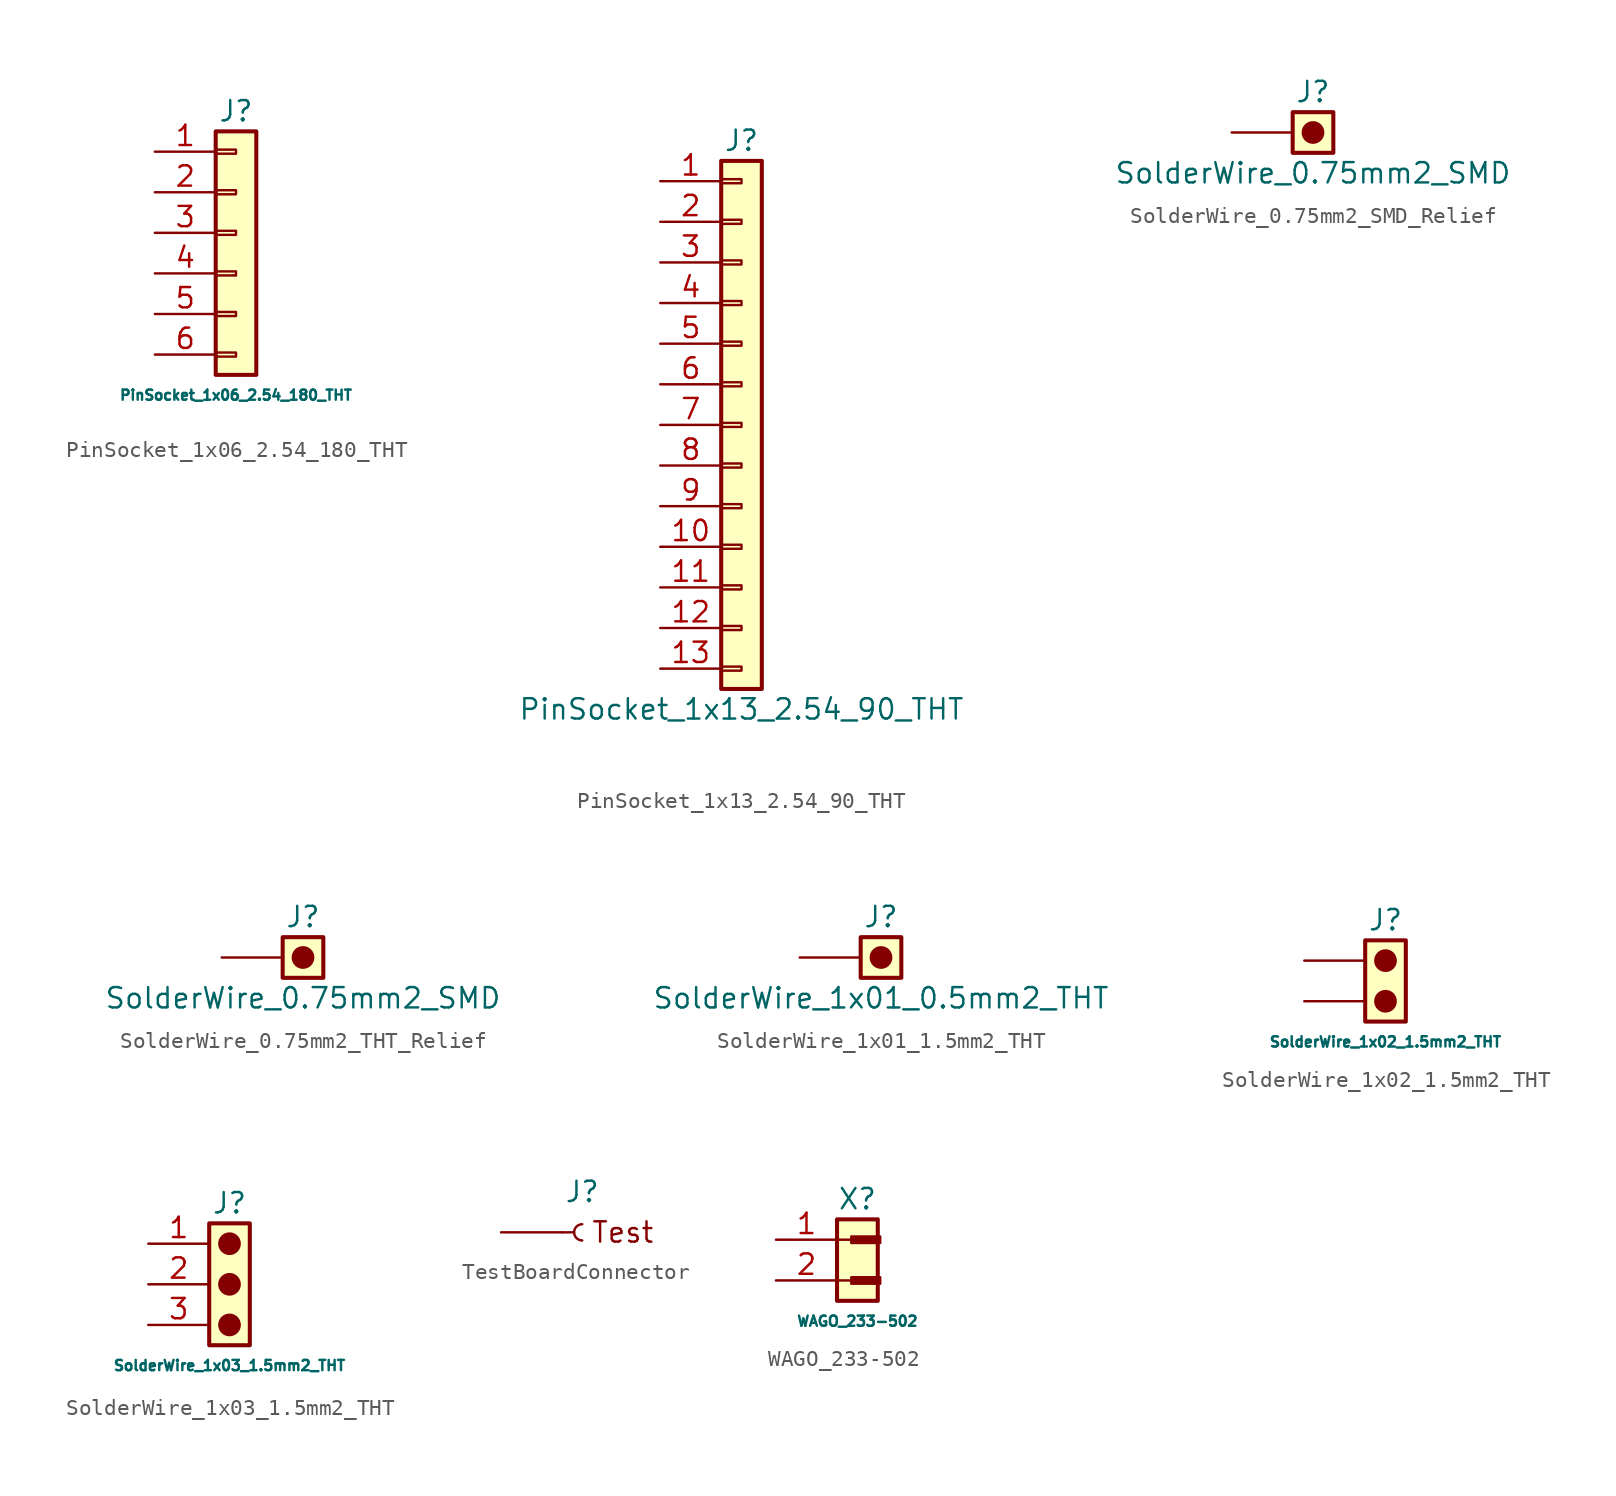
<source format=kicad_sym>
(kicad_symbol_lib
  (version 20220914)
  (generator kicad_symbol_editor)
  (symbol "PinSocket_1x06_2.54_180_THT"
    (pin_names
      (offset 1.016) hide)
    (property "Reference" "J"
      (at 0 7.62 0)
      (effects (font (size 1.27 1.27))))
    (property "Value" "PinSocket_1x06_2.54_180_THT"
      (at 0 -10.16 0)
      (effects (font (size 0.635 0.635))))
    (symbol "PinSocket_1x06_2.54_180_THT_1_1"
      (rectangle (start -1.27 -7.493) (end 0 -7.747) (stroke (width 0.152) (type default)) (fill (type none)))
      (rectangle (start -1.27 -4.953) (end 0 -5.207) (stroke (width 0.152) (type default)) (fill (type none)))
      (rectangle (start -1.27 -2.413) (end 0 -2.667) (stroke (width 0.152) (type default)) (fill (type none)))
      (rectangle (start -1.27 0.127) (end 0 -0.127) (stroke (width 0.152) (type default)) (fill (type none)))
      (rectangle (start -1.27 2.667) (end 0 2.413) (stroke (width 0.152) (type default)) (fill (type none)))
      (rectangle (start -1.27 5.207) (end 0 4.953) (stroke (width 0.152) (type default)) (fill (type none)))
      (rectangle (start -1.27 6.35) (end 1.27 -8.89) (stroke (width 0.254) (type default)) (fill (type background)))
      (pin passive line (at -5.08 5.08 0) (length 3.81) (name "Pin_1" (effects (font (size 1.27 1.27)))) (number "1" (effects (font (size 1.27 1.27)))))
      (pin passive line (at -5.08 2.54 0) (length 3.81) (name "Pin_2" (effects (font (size 1.27 1.27)))) (number "2" (effects (font (size 1.27 1.27)))))
      (pin passive line (at -5.08 0 0) (length 3.81) (name "Pin_3" (effects (font (size 1.27 1.27)))) (number "3" (effects (font (size 1.27 1.27)))))
      (pin passive line (at -5.08 -2.54 0) (length 3.81) (name "Pin_4" (effects (font (size 1.27 1.27)))) (number "4" (effects (font (size 1.27 1.27)))))
      (pin passive line (at -5.08 -5.08 0) (length 3.81) (name "Pin_5" (effects (font (size 1.27 1.27)))) (number "5" (effects (font (size 1.27 1.27)))))
      (pin passive line (at -5.08 -7.62 0) (length 3.81) (name "Pin_6" (effects (font (size 1.27 1.27)))) (number "6" (effects (font (size 1.27 1.27)))))))
  (symbol "PinSocket_1x13_2.54_90_THT"
    (pin_names
      (offset 1.016) hide)
    (property "Reference" "J"
      (at 0 17.78 0)
      (effects (font (size 1.27 1.27))))
    (property "Value" "PinSocket_1x13_2.54_90_THT"
      (at 0 -17.78 0)
      (effects (font (size 1.27 1.27))))
    (symbol "PinSocket_1x13_2.54_90_THT_1_1"
      (rectangle (start -1.27 -15.113) (end 0 -15.367) (stroke (width 0.152) (type default)) (fill (type none)))
      (rectangle (start -1.27 -12.573) (end 0 -12.827) (stroke (width 0.152) (type default)) (fill (type none)))
      (rectangle (start -1.27 -10.033) (end 0 -10.287) (stroke (width 0.152) (type default)) (fill (type none)))
      (rectangle (start -1.27 -7.493) (end 0 -7.747) (stroke (width 0.152) (type default)) (fill (type none)))
      (rectangle (start -1.27 -4.953) (end 0 -5.207) (stroke (width 0.152) (type default)) (fill (type none)))
      (rectangle (start -1.27 -2.413) (end 0 -2.667) (stroke (width 0.152) (type default)) (fill (type none)))
      (rectangle (start -1.27 0.127) (end 0 -0.127) (stroke (width 0.152) (type default)) (fill (type none)))
      (rectangle (start -1.27 2.667) (end 0 2.413) (stroke (width 0.152) (type default)) (fill (type none)))
      (rectangle (start -1.27 5.207) (end 0 4.953) (stroke (width 0.152) (type default)) (fill (type none)))
      (rectangle (start -1.27 7.747) (end 0 7.493) (stroke (width 0.152) (type default)) (fill (type none)))
      (rectangle (start -1.27 10.287) (end 0 10.033) (stroke (width 0.152) (type default)) (fill (type none)))
      (rectangle (start -1.27 12.827) (end 0 12.573) (stroke (width 0.152) (type default)) (fill (type none)))
      (rectangle (start -1.27 15.367) (end 0 15.113) (stroke (width 0.152) (type default)) (fill (type none)))
      (rectangle (start -1.27 16.51) (end 1.27 -16.51) (stroke (width 0.254) (type default)) (fill (type background)))
      (pin passive line (at -5.08 15.24 0) (length 3.81) (name "Pin_1" (effects (font (size 1.27 1.27)))) (number "1" (effects (font (size 1.27 1.27)))))
      (pin passive line (at -5.08 -7.62 0) (length 3.81) (name "Pin_10" (effects (font (size 1.27 1.27)))) (number "10" (effects (font (size 1.27 1.27)))))
      (pin passive line (at -5.08 -10.16 0) (length 3.81) (name "Pin_11" (effects (font (size 1.27 1.27)))) (number "11" (effects (font (size 1.27 1.27)))))
      (pin passive line (at -5.08 -12.7 0) (length 3.81) (name "Pin_12" (effects (font (size 1.27 1.27)))) (number "12" (effects (font (size 1.27 1.27)))))
      (pin passive line (at -5.08 -15.24 0) (length 3.81) (name "Pin_13" (effects (font (size 1.27 1.27)))) (number "13" (effects (font (size 1.27 1.27)))))
      (pin passive line (at -5.08 12.7 0) (length 3.81) (name "Pin_2" (effects (font (size 1.27 1.27)))) (number "2" (effects (font (size 1.27 1.27)))))
      (pin passive line (at -5.08 10.16 0) (length 3.81) (name "Pin_3" (effects (font (size 1.27 1.27)))) (number "3" (effects (font (size 1.27 1.27)))))
      (pin passive line (at -5.08 7.62 0) (length 3.81) (name "Pin_4" (effects (font (size 1.27 1.27)))) (number "4" (effects (font (size 1.27 1.27)))))
      (pin passive line (at -5.08 5.08 0) (length 3.81) (name "Pin_5" (effects (font (size 1.27 1.27)))) (number "5" (effects (font (size 1.27 1.27)))))
      (pin passive line (at -5.08 2.54 0) (length 3.81) (name "Pin_6" (effects (font (size 1.27 1.27)))) (number "6" (effects (font (size 1.27 1.27)))))
      (pin passive line (at -5.08 0 0) (length 3.81) (name "Pin_7" (effects (font (size 1.27 1.27)))) (number "7" (effects (font (size 1.27 1.27)))))
      (pin passive line (at -5.08 -2.54 0) (length 3.81) (name "Pin_8" (effects (font (size 1.27 1.27)))) (number "8" (effects (font (size 1.27 1.27)))))
      (pin passive line (at -5.08 -5.08 0) (length 3.81) (name "Pin_9" (effects (font (size 1.27 1.27)))) (number "9" (effects (font (size 1.27 1.27)))))))
  (symbol "SolderWire_0.75mm2_SMD_Relief"
    (pin_numbers hide)
    (pin_names
      (offset 1.016) hide)
    (property "Reference" "J"
      (at 0 2.54 0)
      (effects (font (size 1.27 1.27))))
    (property "Value" "SolderWire_0.75mm2_SMD"
      (at 0 -2.54 0)
      (effects (font (size 1.27 1.27))))
    (symbol "SolderWire_0.75mm2_SMD_Relief_1_1"
      (rectangle (start -1.27 1.27) (end 1.27 -1.27) (stroke (width 0.254) (type default)) (fill (type background)))
      (circle (center 0 0) (radius 0.635) (stroke (width 0) (type default)) (fill (type outline)))
      (pin passive line (at -5.08 0 0) (length 3.81) (name "Pin_1" (effects (font (size 1.27 1.27)))) (number "1" (effects (font (size 1.27 1.27)))))))
  (symbol "SolderWire_0.75mm2_THT_Relief"
    (pin_numbers hide)
    (pin_names
      (offset 1.016) hide)
    (property "Reference" "J"
      (at 0 2.54 0)
      (effects (font (size 1.27 1.27))))
    (property "Value" "SolderWire_0.75mm2_SMD"
      (at 0 -2.54 0)
      (effects (font (size 1.27 1.27))))
    (symbol "SolderWire_0.75mm2_THT_Relief_1_1"
      (rectangle (start -1.27 1.27) (end 1.27 -1.27) (stroke (width 0.254) (type default)) (fill (type background)))
      (circle (center 0 0) (radius 0.635) (stroke (width 0) (type default)) (fill (type outline)))
      (pin passive line (at -5.08 0 0) (length 3.81) (name "Pin_1" (effects (font (size 1.27 1.27)))) (number "1" (effects (font (size 1.27 1.27)))))))
  (symbol "SolderWire_1x01_1.5mm2_THT"
    (pin_numbers hide)
    (pin_names
      (offset 1.016) hide)
    (property "Reference" "J"
      (at 0 2.54 0)
      (effects (font (size 1.27 1.27))))
    (property "Value" "SolderWire_1x01_0.5mm2_THT"
      (at 0 -2.54 0)
      (effects (font (size 1.27 1.27))))
    (symbol "SolderWire_1x01_1.5mm2_THT_1_1"
      (rectangle (start -1.27 1.27) (end 1.27 -1.27) (stroke (width 0.254) (type default)) (fill (type background)))
      (circle (center 0 0) (radius 0.635) (stroke (width 0) (type default)) (fill (type outline)))
      (pin passive line (at -5.08 0 0) (length 3.81) (name "Pin_1" (effects (font (size 1.27 1.27)))) (number "1" (effects (font (size 1.27 1.27)))))))
  (symbol "SolderWire_1x02_1.5mm2_THT"
    (pin_numbers hide)
    (pin_names
      (offset 1.016) hide)
    (property "Reference" "J"
      (at 0 2.54 0)
      (effects (font (size 1.27 1.27))))
    (property "Value" "SolderWire_1x02_1.5mm2_THT"
      (at 0 -5.08 0)
      (effects (font (size 0.645 0.645))))
    (symbol "SolderWire_1x02_1.5mm2_THT_0_1"
      (rectangle (start -1.27 1.27) (end 1.27 -3.81) (stroke (width 0.254) (type default)) (fill (type background))))
    (symbol "SolderWire_1x02_1.5mm2_THT_1_1"
      (circle (center 0 -2.54) (radius 0.635) (stroke (width 0) (type default)) (fill (type outline)))
      (circle (center 0 0) (radius 0.635) (stroke (width 0) (type default)) (fill (type outline)))
      (pin passive line (at -5.08 0 0) (length 3.81) (name "Pin_1" (effects (font (size 1.27 1.27)))) (number "1" (effects (font (size 1.27 1.27)))))
      (pin passive line (at -5.08 -2.54 0) (length 3.81) (name "Pin_2" (effects (font (size 1.27 1.27)))) (number "2" (effects (font (size 1.27 1.27)))))))
  (symbol "SolderWire_1x03_1.5mm2_THT"
    (pin_names
      (offset 1.016) hide)
    (property "Reference" "J"
      (at 0 2.54 0)
      (effects (font (size 1.27 1.27))))
    (property "Value" "SolderWire_1x03_1.5mm2_THT"
      (at 0 -7.62 0)
      (effects (font (size 0.645 0.645))))
    (symbol "SolderWire_1x03_1.5mm2_THT_0_1"
      (rectangle (start -1.27 1.27) (end 1.27 -6.35) (stroke (width 0.254) (type default)) (fill (type background))))
    (symbol "SolderWire_1x03_1.5mm2_THT_1_1"
      (circle (center 0 -5.08) (radius 0.635) (stroke (width 0) (type default)) (fill (type outline)))
      (circle (center 0 -2.54) (radius 0.635) (stroke (width 0) (type default)) (fill (type outline)))
      (circle (center 0 0) (radius 0.635) (stroke (width 0) (type default)) (fill (type outline)))
      (pin passive line (at -5.08 0 0) (length 3.81) (name "Pin_1" (effects (font (size 1.27 1.27)))) (number "1" (effects (font (size 1.27 1.27)))))
      (pin passive line (at -5.08 -2.54 0) (length 3.81) (name "Pin_2" (effects (font (size 1.27 1.27)))) (number "2" (effects (font (size 1.27 1.27)))))
      (pin passive line (at -5.08 -5.08 0) (length 3.81) (name "Pin_3" (effects (font (size 1.27 1.27)))) (number "3" (effects (font (size 1.27 1.27)))))))
  (symbol "TestBoardConnector"
    (pin_numbers hide)
    (pin_names
      (offset 1.016) hide)
    (property "Reference" "J"
      (at 0 2.54 0)
      (effects (font (size 1.27 1.27))))
    (symbol "TestBoardConnector_1_1"
      (polyline (pts (xy -1.27 0) (xy -0.508 0)) (stroke (width 0.152) (type default)) (fill (type none)))
      (arc (start 0 0.508) (mid -0.5058 0) (end 0 -0.508) (stroke (width 0.1524) (type default)) (fill (type none)))
      (text "Test" (at 2.54 0 0) (effects (font (size 1.27 1.27))))
      (pin passive line (at -5.08 0 0) (length 3.81) (name "Pin_1" (effects (font (size 1.27 1.27)))) (number "1" (effects (font (size 1.27 1.27)))))))
  (symbol "WAGO_233-502"
    (pin_names
      (offset 1.016) hide)
    (property "Reference" "X"
      (at 0 2.54 0)
      (effects (font (size 1.27 1.27))))
    (property "Value" "WAGO_233-502"
      (at 0 -5.08 0)
      (effects (font (size 0.635 0.635))))
    (symbol "WAGO_233-502_0_1"
      (rectangle (start -1.27 1.27) (end 1.27 -3.81) (stroke (width 0.254) (type default)) (fill (type background))))
    (symbol "WAGO_233-502_1_1"
      (rectangle (start -0.381 -2.337) (end 1.422 -2.743) (stroke (width 0.152) (type default)) (fill (type outline)))
      (rectangle (start -0.381 0.203) (end 1.422 -0.203) (stroke (width 0.152) (type default)) (fill (type outline)))
      (polyline (pts (xy -1.27 -2.54) (xy -0.381 -2.54)) (stroke (width 0) (type default)) (fill (type none)))
      (polyline (pts (xy -1.27 0) (xy -0.381 0)) (stroke (width 0) (type default)) (fill (type none)))
      (pin passive line (at -5.08 0 0) (length 3.81) (name "Pin_1" (effects (font (size 1.27 1.27)))) (number "1" (effects (font (size 1.27 1.27)))))
      (pin passive line (at -5.08 -2.54 0) (length 3.81) (name "Pin_2" (effects (font (size 1.27 1.27)))) (number "2" (effects (font (size 1.27 1.27))))))))
</source>
